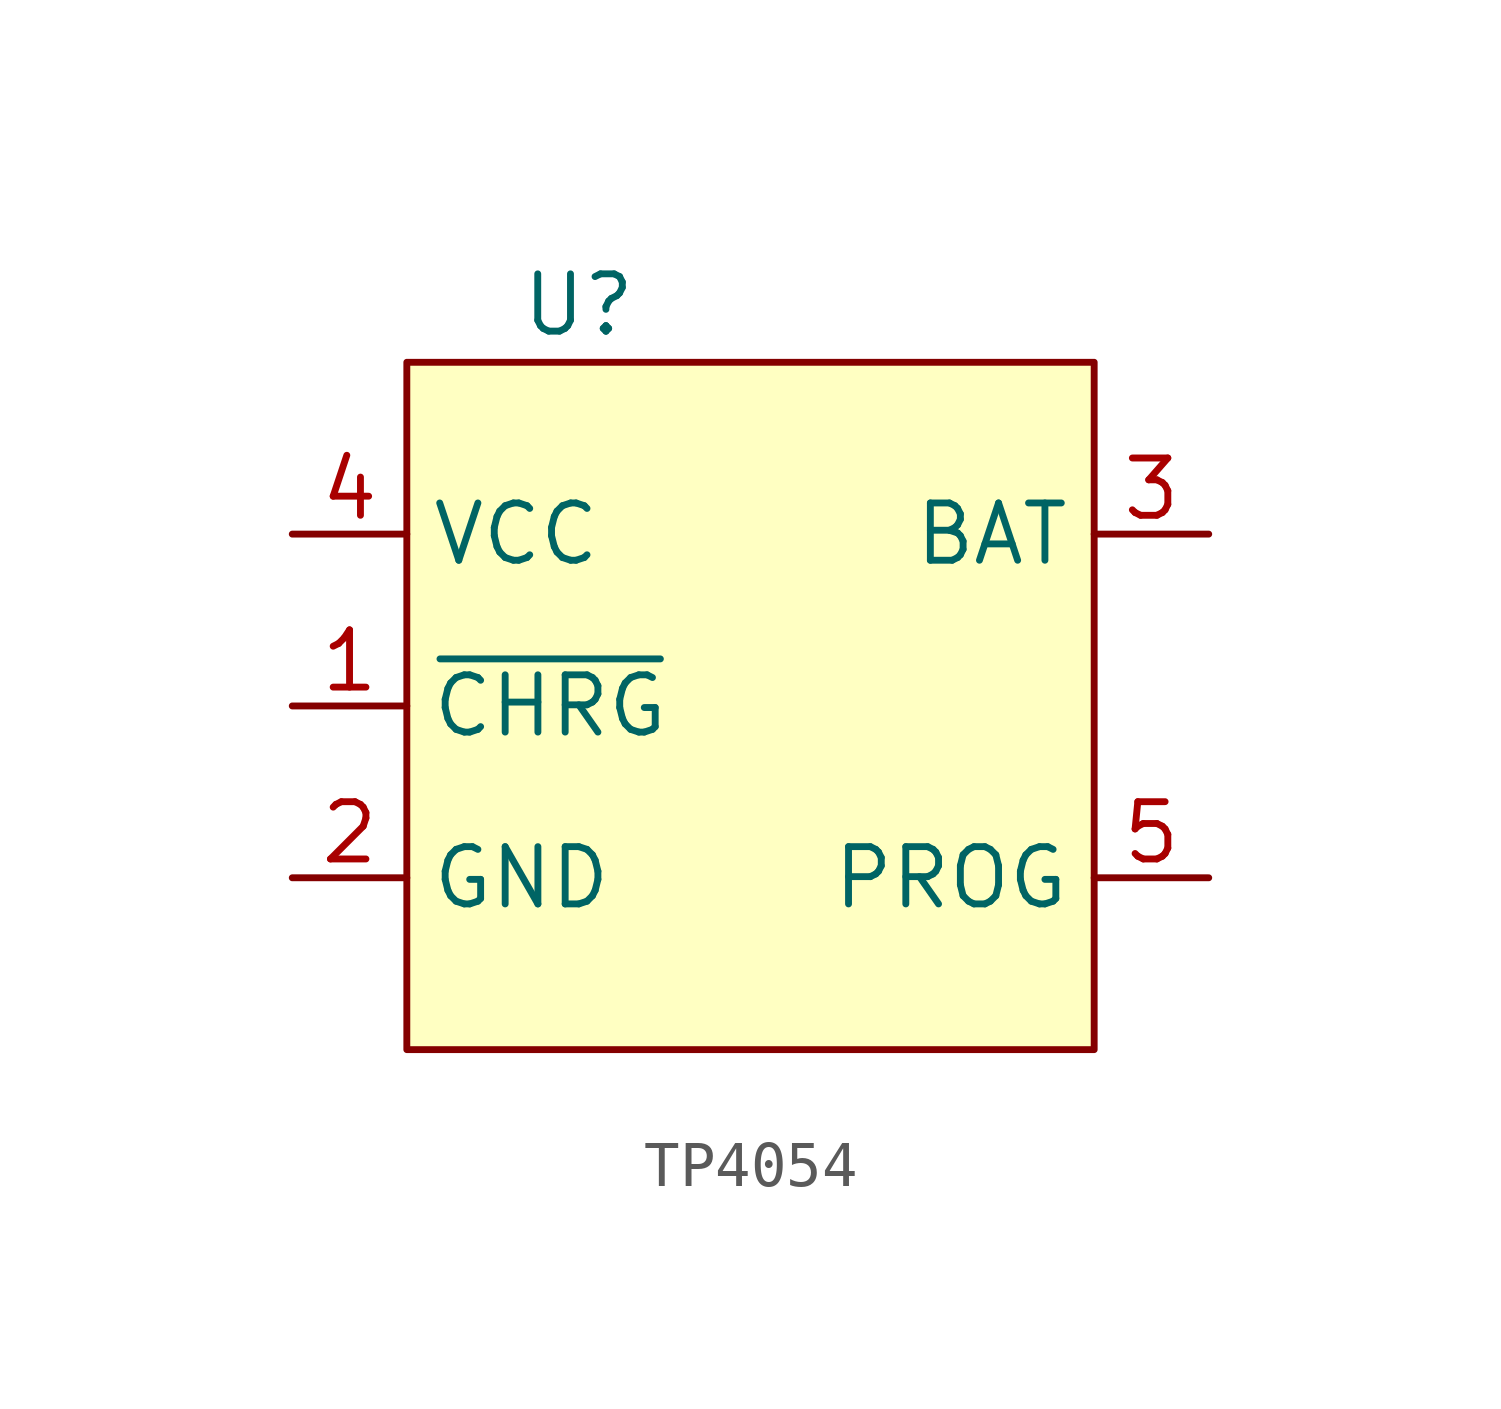
<source format=kicad_sym>
(kicad_symbol_lib
  (version 20231120)
  (generator "kicad_symbol_editor")
  (generator_version "8.0")
  (symbol "TP4054"
    (property "Reference" "U"
      (at 0 0 0)
      (effects (font (size 1.27 1.27))))
    (property "Value" ""
      (at 0 0 0)
      (effects (font (size 1.27 1.27))))
    (symbol "TP4054_1_1"
      (rectangle (start -3.81 -1.27) (end 11.43 -16.51) (stroke (width 0) (type default)) (fill (type background)))
      (pin input line (at -6.35 -8.89 0) (length 2.54) (name "~{CHRG}" (effects (font (size 1.27 1.27)))) (number "1" (effects (font (size 1.27 1.27)))))
      (pin power_in line (at -6.35 -12.7 0) (length 2.54) (name "GND" (effects (font (size 1.27 1.27)))) (number "2" (effects (font (size 1.27 1.27)))))
      (pin power_out line (at 13.97 -5.08 180) (length 2.54) (name "BAT" (effects (font (size 1.27 1.27)))) (number "3" (effects (font (size 1.27 1.27)))))
      (pin power_in line (at -6.35 -5.08 0) (length 2.54) (name "VCC" (effects (font (size 1.27 1.27)))) (number "4" (effects (font (size 1.27 1.27)))))
      (pin input line (at 13.97 -12.7 180) (length 2.54) (name "PROG" (effects (font (size 1.27 1.27)))) (number "5" (effects (font (size 1.27 1.27))))))))
</source>
